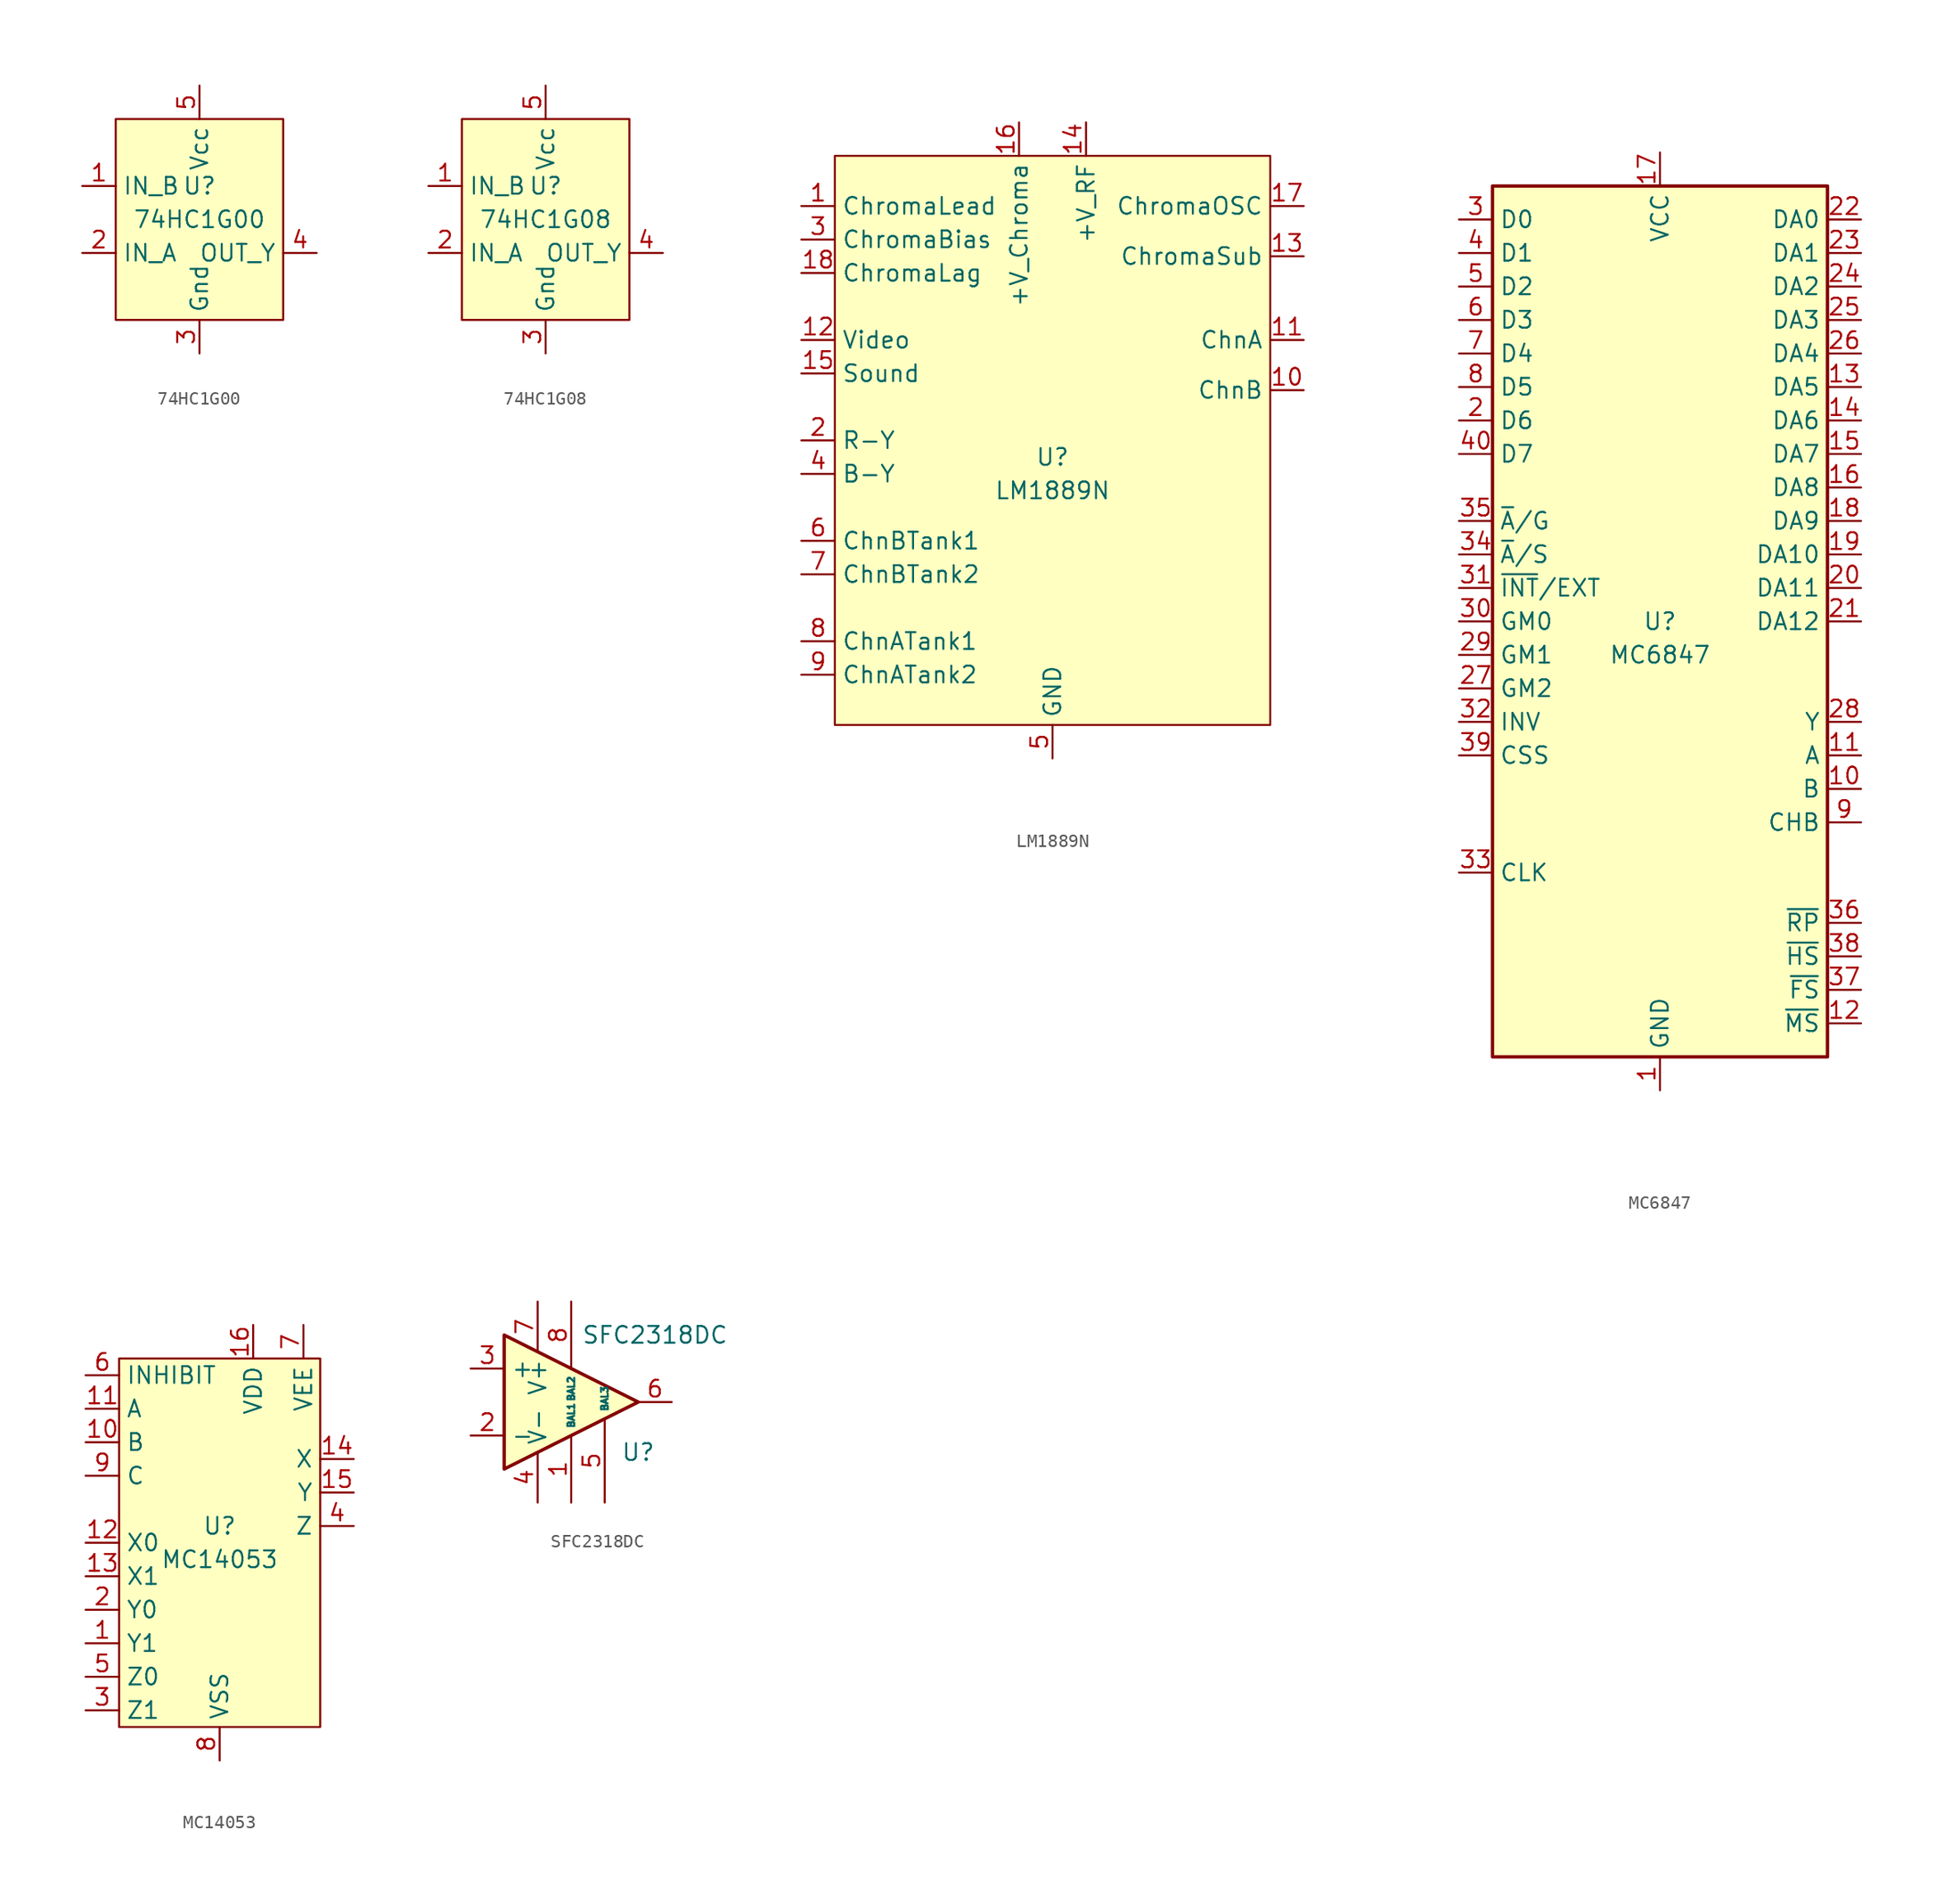
<source format=kicad_sym>
(kicad_symbol_lib
  (version 20211014)
  (generator kicad_symbol_editor)
  (symbol "74HC1G00"
    (property "Reference" "U"
      (at 0 2.54 0)
      (effects (font (size 1.27 1.27))))
    (property "Value" "74HC1G00"
      (at 0 0 0)
      (effects (font (size 1.27 1.27))))
    (symbol "74HC1G00_0_1"
      (rectangle (start -6.35 7.62) (end 6.35 -7.62) (stroke (width 0) (type default) (color 0 0 0 0)) (fill (type background))))
    (symbol "74HC1G00_1_1"
      (pin input line (at -8.89 2.54 0) (length 2.54) (name "IN_B" (effects (font (size 1.27 1.27)))) (number "1" (effects (font (size 1.27 1.27)))))
      (pin input line (at -8.89 -2.54 0) (length 2.54) (name "IN_A" (effects (font (size 1.27 1.27)))) (number "2" (effects (font (size 1.27 1.27)))))
      (pin power_in line (at 0 -10.16 90) (length 2.54) (name "Gnd" (effects (font (size 1.27 1.27)))) (number "3" (effects (font (size 1.27 1.27)))))
      (pin output line (at 8.89 -2.54 180) (length 2.54) (name "OUT_Y" (effects (font (size 1.27 1.27)))) (number "4" (effects (font (size 1.27 1.27)))))
      (pin power_in line (at 0 10.16 270) (length 2.54) (name "Vcc" (effects (font (size 1.27 1.27)))) (number "5" (effects (font (size 1.27 1.27)))))))
  (symbol "74HC1G08"
    (property "Reference" "U"
      (at 0 2.54 0)
      (effects (font (size 1.27 1.27))))
    (property "Value" "74HC1G08"
      (at 0 0 0)
      (effects (font (size 1.27 1.27))))
    (symbol "74HC1G08_0_1"
      (rectangle (start -6.35 7.62) (end 6.35 -7.62) (stroke (width 0) (type default) (color 0 0 0 0)) (fill (type background))))
    (symbol "74HC1G08_1_1"
      (pin input line (at -8.89 2.54 0) (length 2.54) (name "IN_B" (effects (font (size 1.27 1.27)))) (number "1" (effects (font (size 1.27 1.27)))))
      (pin input line (at -8.89 -2.54 0) (length 2.54) (name "IN_A" (effects (font (size 1.27 1.27)))) (number "2" (effects (font (size 1.27 1.27)))))
      (pin power_in line (at 0 -10.16 90) (length 2.54) (name "Gnd" (effects (font (size 1.27 1.27)))) (number "3" (effects (font (size 1.27 1.27)))))
      (pin output line (at 8.89 -2.54 180) (length 2.54) (name "OUT_Y" (effects (font (size 1.27 1.27)))) (number "4" (effects (font (size 1.27 1.27)))))
      (pin power_in line (at 0 10.16 270) (length 2.54) (name "Vcc" (effects (font (size 1.27 1.27)))) (number "5" (effects (font (size 1.27 1.27)))))))
  (symbol "LM1889N"
    (property "Reference" "U"
      (at 0 1.27 0)
      (effects (font (size 1.27 1.27))))
    (property "Value" "LM1889N"
      (at 0 -1.27 0)
      (effects (font (size 1.27 1.27))))
    (symbol "LM1889N_0_1"
      (rectangle (start -16.51 24.13) (end 16.51 -19.05) (stroke (width 0) (type default) (color 0 0 0 0)) (fill (type background))))
    (symbol "LM1889N_1_1"
      (pin input line (at -19.05 20.32 0) (length 2.54) (name "ChromaLead" (effects (font (size 1.27 1.27)))) (number "1" (effects (font (size 1.27 1.27)))))
      (pin output line (at 19.05 6.35 180) (length 2.54) (name "ChnB" (effects (font (size 1.27 1.27)))) (number "10" (effects (font (size 1.27 1.27)))))
      (pin output line (at 19.05 10.16 180) (length 2.54) (name "ChnA" (effects (font (size 1.27 1.27)))) (number "11" (effects (font (size 1.27 1.27)))))
      (pin input line (at -19.05 10.16 0) (length 2.54) (name "Video" (effects (font (size 1.27 1.27)))) (number "12" (effects (font (size 1.27 1.27)))))
      (pin output line (at 19.05 16.51 180) (length 2.54) (name "ChromaSub" (effects (font (size 1.27 1.27)))) (number "13" (effects (font (size 1.27 1.27)))))
      (pin power_in line (at 2.54 26.67 270) (length 2.54) (name "+V_RF" (effects (font (size 1.27 1.27)))) (number "14" (effects (font (size 1.27 1.27)))))
      (pin input line (at -19.05 7.62 0) (length 2.54) (name "Sound" (effects (font (size 1.27 1.27)))) (number "15" (effects (font (size 1.27 1.27)))))
      (pin power_in line (at -2.54 26.67 270) (length 2.54) (name "+V_Chroma" (effects (font (size 1.27 1.27)))) (number "16" (effects (font (size 1.27 1.27)))))
      (pin output line (at 19.05 20.32 180) (length 2.54) (name "ChromaOSC" (effects (font (size 1.27 1.27)))) (number "17" (effects (font (size 1.27 1.27)))))
      (pin input line (at -19.05 15.24 0) (length 2.54) (name "ChromaLag" (effects (font (size 1.27 1.27)))) (number "18" (effects (font (size 1.27 1.27)))))
      (pin input line (at -19.05 2.54 0) (length 2.54) (name "R-Y" (effects (font (size 1.27 1.27)))) (number "2" (effects (font (size 1.27 1.27)))))
      (pin input line (at -19.05 17.78 0) (length 2.54) (name "ChromaBias" (effects (font (size 1.27 1.27)))) (number "3" (effects (font (size 1.27 1.27)))))
      (pin input line (at -19.05 0 0) (length 2.54) (name "B-Y" (effects (font (size 1.27 1.27)))) (number "4" (effects (font (size 1.27 1.27)))))
      (pin power_in line (at 0 -21.59 90) (length 2.54) (name "GND" (effects (font (size 1.27 1.27)))) (number "5" (effects (font (size 1.27 1.27)))))
      (pin input line (at -19.05 -5.08 0) (length 2.54) (name "ChnBTank1" (effects (font (size 1.27 1.27)))) (number "6" (effects (font (size 1.27 1.27)))))
      (pin input line (at -19.05 -7.62 0) (length 2.54) (name "ChnBTank2" (effects (font (size 1.27 1.27)))) (number "7" (effects (font (size 1.27 1.27)))))
      (pin input line (at -19.05 -12.7 0) (length 2.54) (name "ChnATank1" (effects (font (size 1.27 1.27)))) (number "8" (effects (font (size 1.27 1.27)))))
      (pin input line (at -19.05 -15.24 0) (length 2.54) (name "ChnATank2" (effects (font (size 1.27 1.27)))) (number "9" (effects (font (size 1.27 1.27)))))))
  (symbol "MC6847"
    (property "Reference" "U"
      (at 0 0 0)
      (effects (font (size 1.27 1.27))))
    (property "Value" "MC6847"
      (at 0 -2.54 0)
      (effects (font (size 1.27 1.27))))
    (symbol "MC6847_0_1"
      (rectangle (start -12.7 -33.02) (end 12.7 33.02) (stroke (width 0.254) (type default) (color 0 0 0 0)) (fill (type background))))
    (symbol "MC6847_1_1"
      (pin power_in line (at 0 -35.56 90) (length 2.54) (name "GND" (effects (font (size 1.27 1.27)))) (number "1" (effects (font (size 1.27 1.27)))))
      (pin output line (at 15.24 -12.7 180) (length 2.54) (name "B" (effects (font (size 1.27 1.27)))) (number "10" (effects (font (size 1.27 1.27)))))
      (pin output line (at 15.24 -10.16 180) (length 2.54) (name "A" (effects (font (size 1.27 1.27)))) (number "11" (effects (font (size 1.27 1.27)))))
      (pin output line (at 15.24 -30.48 180) (length 2.54) (name "~{MS}" (effects (font (size 1.27 1.27)))) (number "12" (effects (font (size 1.27 1.27)))))
      (pin output line (at 15.24 17.78 180) (length 2.54) (name "DA5" (effects (font (size 1.27 1.27)))) (number "13" (effects (font (size 1.27 1.27)))))
      (pin output line (at 15.24 15.24 180) (length 2.54) (name "DA6" (effects (font (size 1.27 1.27)))) (number "14" (effects (font (size 1.27 1.27)))))
      (pin output line (at 15.24 12.7 180) (length 2.54) (name "DA7" (effects (font (size 1.27 1.27)))) (number "15" (effects (font (size 1.27 1.27)))))
      (pin output line (at 15.24 10.16 180) (length 2.54) (name "DA8" (effects (font (size 1.27 1.27)))) (number "16" (effects (font (size 1.27 1.27)))))
      (pin power_in line (at 0 35.56 270) (length 2.54) (name "VCC" (effects (font (size 1.27 1.27)))) (number "17" (effects (font (size 1.27 1.27)))))
      (pin output line (at 15.24 7.62 180) (length 2.54) (name "DA9" (effects (font (size 1.27 1.27)))) (number "18" (effects (font (size 1.27 1.27)))))
      (pin output line (at 15.24 5.08 180) (length 2.54) (name "DA10" (effects (font (size 1.27 1.27)))) (number "19" (effects (font (size 1.27 1.27)))))
      (pin bidirectional line (at -15.24 15.24 0) (length 2.54) (name "D6" (effects (font (size 1.27 1.27)))) (number "2" (effects (font (size 1.27 1.27)))))
      (pin output line (at 15.24 2.54 180) (length 2.54) (name "DA11" (effects (font (size 1.27 1.27)))) (number "20" (effects (font (size 1.27 1.27)))))
      (pin output line (at 15.24 0 180) (length 2.54) (name "DA12" (effects (font (size 1.27 1.27)))) (number "21" (effects (font (size 1.27 1.27)))))
      (pin output line (at 15.24 30.48 180) (length 2.54) (name "DA0" (effects (font (size 1.27 1.27)))) (number "22" (effects (font (size 1.27 1.27)))))
      (pin output line (at 15.24 27.94 180) (length 2.54) (name "DA1" (effects (font (size 1.27 1.27)))) (number "23" (effects (font (size 1.27 1.27)))))
      (pin output line (at 15.24 25.4 180) (length 2.54) (name "DA2" (effects (font (size 1.27 1.27)))) (number "24" (effects (font (size 1.27 1.27)))))
      (pin output line (at 15.24 22.86 180) (length 2.54) (name "DA3" (effects (font (size 1.27 1.27)))) (number "25" (effects (font (size 1.27 1.27)))))
      (pin output line (at 15.24 20.32 180) (length 2.54) (name "DA4" (effects (font (size 1.27 1.27)))) (number "26" (effects (font (size 1.27 1.27)))))
      (pin input line (at -15.24 -5.08 0) (length 2.54) (name "GM2" (effects (font (size 1.27 1.27)))) (number "27" (effects (font (size 1.27 1.27)))))
      (pin output line (at 15.24 -7.62 180) (length 2.54) (name "Y" (effects (font (size 1.27 1.27)))) (number "28" (effects (font (size 1.27 1.27)))))
      (pin input line (at -15.24 -2.54 0) (length 2.54) (name "GM1" (effects (font (size 1.27 1.27)))) (number "29" (effects (font (size 1.27 1.27)))))
      (pin bidirectional line (at -15.24 30.48 0) (length 2.54) (name "D0" (effects (font (size 1.27 1.27)))) (number "3" (effects (font (size 1.27 1.27)))))
      (pin input line (at -15.24 0 0) (length 2.54) (name "GM0" (effects (font (size 1.27 1.27)))) (number "30" (effects (font (size 1.27 1.27)))))
      (pin input line (at -15.24 2.54 0) (length 2.54) (name "~{INT}/EXT" (effects (font (size 1.27 1.27)))) (number "31" (effects (font (size 1.27 1.27)))))
      (pin input line (at -15.24 -7.62 0) (length 2.54) (name "INV" (effects (font (size 1.27 1.27)))) (number "32" (effects (font (size 1.27 1.27)))))
      (pin input line (at -15.24 -19.05 0) (length 2.54) (name "CLK" (effects (font (size 1.27 1.27)))) (number "33" (effects (font (size 1.27 1.27)))))
      (pin input line (at -15.24 5.08 0) (length 2.54) (name "~{A}/S" (effects (font (size 1.27 1.27)))) (number "34" (effects (font (size 1.27 1.27)))))
      (pin input line (at -15.24 7.62 0) (length 2.54) (name "~{A}/G" (effects (font (size 1.27 1.27)))) (number "35" (effects (font (size 1.27 1.27)))))
      (pin output line (at 15.24 -22.86 180) (length 2.54) (name "~{RP}" (effects (font (size 1.27 1.27)))) (number "36" (effects (font (size 1.27 1.27)))))
      (pin output line (at 15.24 -27.94 180) (length 2.54) (name "~{FS}" (effects (font (size 1.27 1.27)))) (number "37" (effects (font (size 1.27 1.27)))))
      (pin output line (at 15.24 -25.4 180) (length 2.54) (name "~{HS}" (effects (font (size 1.27 1.27)))) (number "38" (effects (font (size 1.27 1.27)))))
      (pin input line (at -15.24 -10.16 0) (length 2.54) (name "CSS" (effects (font (size 1.27 1.27)))) (number "39" (effects (font (size 1.27 1.27)))))
      (pin bidirectional line (at -15.24 27.94 0) (length 2.54) (name "D1" (effects (font (size 1.27 1.27)))) (number "4" (effects (font (size 1.27 1.27)))))
      (pin bidirectional line (at -15.24 12.7 0) (length 2.54) (name "D7" (effects (font (size 1.27 1.27)))) (number "40" (effects (font (size 1.27 1.27)))))
      (pin bidirectional line (at -15.24 25.4 0) (length 2.54) (name "D2" (effects (font (size 1.27 1.27)))) (number "5" (effects (font (size 1.27 1.27)))))
      (pin bidirectional line (at -15.24 22.86 0) (length 2.54) (name "D3" (effects (font (size 1.27 1.27)))) (number "6" (effects (font (size 1.27 1.27)))))
      (pin bidirectional line (at -15.24 20.32 0) (length 2.54) (name "D4" (effects (font (size 1.27 1.27)))) (number "7" (effects (font (size 1.27 1.27)))))
      (pin bidirectional line (at -15.24 17.78 0) (length 2.54) (name "D5" (effects (font (size 1.27 1.27)))) (number "8" (effects (font (size 1.27 1.27)))))
      (pin output line (at 15.24 -15.24 180) (length 2.54) (name "CHB" (effects (font (size 1.27 1.27)))) (number "9" (effects (font (size 1.27 1.27)))))))
  (symbol "MC14053"
    (property "Reference" "U"
      (at 0 1.27 0)
      (effects (font (size 1.27 1.27))))
    (property "Value" "MC14053"
      (at 0 -1.27 0)
      (effects (font (size 1.27 1.27))))
    (symbol "MC14053_0_1"
      (rectangle (start -7.62 13.97) (end 7.62 -13.97) (stroke (width 0) (type default) (color 0 0 0 0)) (fill (type background))))
    (symbol "MC14053_1_1"
      (pin input line (at -10.16 -7.62 0) (length 2.54) (name "Y1" (effects (font (size 1.27 1.27)))) (number "1" (effects (font (size 1.27 1.27)))))
      (pin input line (at -10.16 7.62 0) (length 2.54) (name "B" (effects (font (size 1.27 1.27)))) (number "10" (effects (font (size 1.27 1.27)))))
      (pin input line (at -10.16 10.16 0) (length 2.54) (name "A" (effects (font (size 1.27 1.27)))) (number "11" (effects (font (size 1.27 1.27)))))
      (pin input line (at -10.16 0 0) (length 2.54) (name "X0" (effects (font (size 1.27 1.27)))) (number "12" (effects (font (size 1.27 1.27)))))
      (pin input line (at -10.16 -2.54 0) (length 2.54) (name "X1" (effects (font (size 1.27 1.27)))) (number "13" (effects (font (size 1.27 1.27)))))
      (pin output line (at 10.16 6.35 180) (length 2.54) (name "X" (effects (font (size 1.27 1.27)))) (number "14" (effects (font (size 1.27 1.27)))))
      (pin output line (at 10.16 3.81 180) (length 2.54) (name "Y" (effects (font (size 1.27 1.27)))) (number "15" (effects (font (size 1.27 1.27)))))
      (pin power_in line (at 2.54 16.51 270) (length 2.54) (name "VDD" (effects (font (size 1.27 1.27)))) (number "16" (effects (font (size 1.27 1.27)))))
      (pin input line (at -10.16 -5.08 0) (length 2.54) (name "Y0" (effects (font (size 1.27 1.27)))) (number "2" (effects (font (size 1.27 1.27)))))
      (pin input line (at -10.16 -12.7 0) (length 2.54) (name "Z1" (effects (font (size 1.27 1.27)))) (number "3" (effects (font (size 1.27 1.27)))))
      (pin output line (at 10.16 1.27 180) (length 2.54) (name "Z" (effects (font (size 1.27 1.27)))) (number "4" (effects (font (size 1.27 1.27)))))
      (pin input line (at -10.16 -10.16 0) (length 2.54) (name "Z0" (effects (font (size 1.27 1.27)))) (number "5" (effects (font (size 1.27 1.27)))))
      (pin input line (at -10.16 12.7 0) (length 2.54) (name "INHIBIT" (effects (font (size 1.27 1.27)))) (number "6" (effects (font (size 1.27 1.27)))))
      (pin power_in line (at 6.35 16.51 270) (length 2.54) (name "VEE" (effects (font (size 1.27 1.27)))) (number "7" (effects (font (size 1.27 1.27)))))
      (pin power_in line (at 0 -16.51 90) (length 2.54) (name "VSS" (effects (font (size 1.27 1.27)))) (number "8" (effects (font (size 1.27 1.27)))))
      (pin input line (at -10.16 5.08 0) (length 2.54) (name "C" (effects (font (size 1.27 1.27)))) (number "9" (effects (font (size 1.27 1.27)))))))
  (symbol "SFC2318DC"
    (property "Reference" "U"
      (at 7.62 -3.81 0)
      (effects (font (size 1.27 1.27))))
    (property "Value" "SFC2318DC"
      (at 8.89 5.08 0)
      (effects (font (size 1.27 1.27))))
    (symbol "SFC2318DC_0_1"
      (polyline (pts (xy 7.62 0) (xy -2.54 5.08) (xy -2.54 -5.08) (xy 7.62 0)) (stroke (width 0.254) (type default) (color 0 0 0 0)) (fill (type background))))
    (symbol "SFC2318DC_1_1"
      (pin passive line (at 2.54 -7.62 90) (length 5.08) (name "BAL1" (effects (font (size 0.508 0.508)))) (number "1" (effects (font (size 1.27 1.27)))))
      (pin input line (at -5.08 -2.54 0) (length 2.54) (name "-" (effects (font (size 1.27 1.27)))) (number "2" (effects (font (size 1.27 1.27)))))
      (pin input line (at -5.08 2.54 0) (length 2.54) (name "+" (effects (font (size 1.27 1.27)))) (number "3" (effects (font (size 1.27 1.27)))))
      (pin power_in line (at 0 -7.62 90) (length 3.81) (name "V-" (effects (font (size 1.27 1.27)))) (number "4" (effects (font (size 1.27 1.27)))))
      (pin passive line (at 5.08 -7.62 90) (length 6.35) (name "BAL3" (effects (font (size 0.508 0.508)))) (number "5" (effects (font (size 1.27 1.27)))))
      (pin output line (at 10.16 0 180) (length 2.54) (name "~" (effects (font (size 1.27 1.27)))) (number "6" (effects (font (size 1.27 1.27)))))
      (pin power_in line (at 0 7.62 270) (length 3.81) (name "V+" (effects (font (size 1.27 1.27)))) (number "7" (effects (font (size 1.27 1.27)))))
      (pin passive line (at 2.54 7.62 270) (length 5.08) (name "BAL2" (effects (font (size 0.508 0.508)))) (number "8" (effects (font (size 1.27 1.27))))))))
</source>
